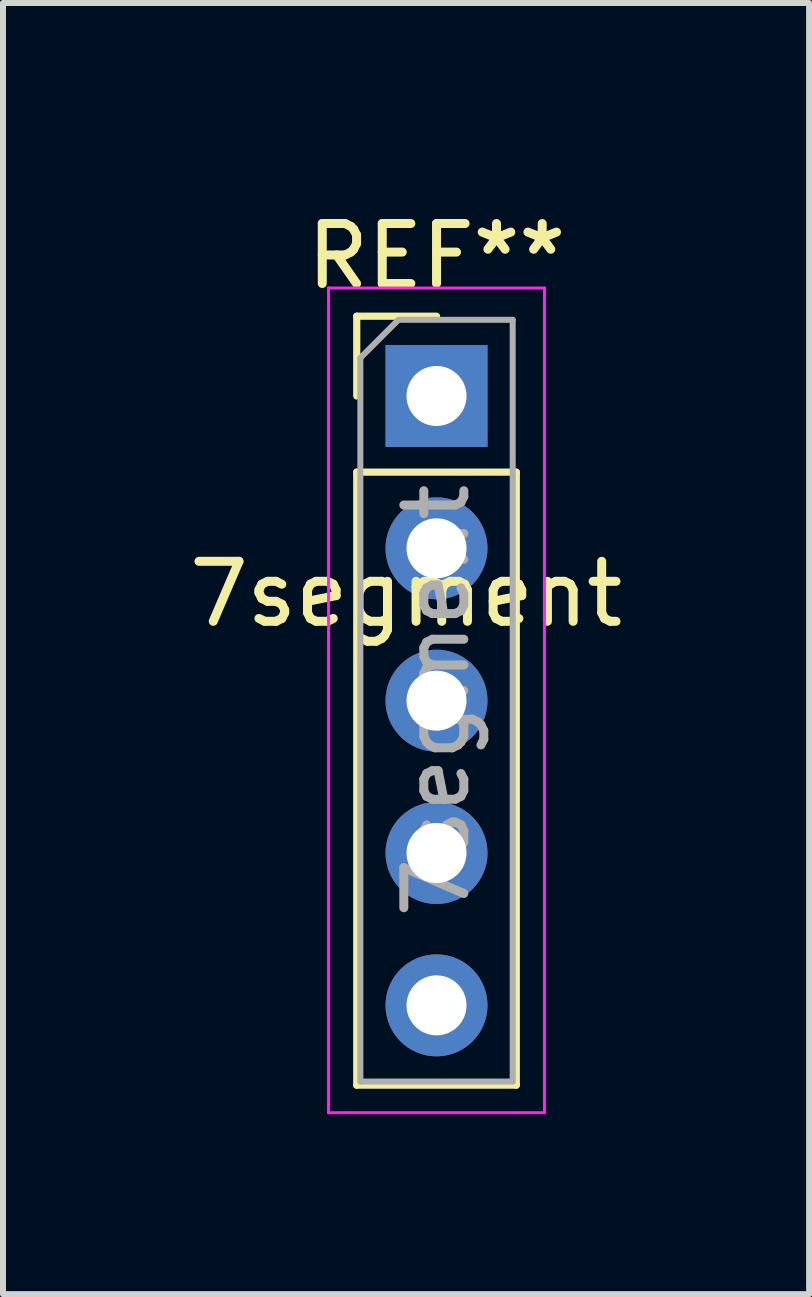
<source format=kicad_pcb>
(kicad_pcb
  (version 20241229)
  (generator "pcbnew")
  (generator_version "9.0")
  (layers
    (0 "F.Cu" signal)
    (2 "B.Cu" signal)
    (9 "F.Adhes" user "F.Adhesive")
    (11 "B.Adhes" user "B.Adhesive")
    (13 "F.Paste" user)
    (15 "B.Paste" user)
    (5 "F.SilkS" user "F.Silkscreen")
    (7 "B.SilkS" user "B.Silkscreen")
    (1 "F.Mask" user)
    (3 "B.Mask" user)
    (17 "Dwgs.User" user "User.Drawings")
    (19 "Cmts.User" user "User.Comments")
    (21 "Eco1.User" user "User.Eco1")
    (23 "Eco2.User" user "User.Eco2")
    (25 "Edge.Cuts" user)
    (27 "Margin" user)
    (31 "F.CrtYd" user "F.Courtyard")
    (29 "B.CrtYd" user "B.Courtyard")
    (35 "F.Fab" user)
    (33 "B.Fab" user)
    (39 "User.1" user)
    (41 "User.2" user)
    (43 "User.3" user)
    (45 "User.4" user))
  (footprint "7segment"
    (layer "F.Cu")
    (at 3.72 0.25)
    (property "Reference" "7segment" (at 0 6.604 0) (layer "F.SilkS") (effects (font (size 1 1) (thickness 0.15))))
    (attr through_hole)
    (fp_line (start -0.822 1.972) (end 0.508 1.972) (stroke (width 0.12) (type solid)) (layer "F.SilkS"))
    (fp_line (start -0.822 3.302) (end -0.822 1.972) (stroke (width 0.12) (type solid)) (layer "F.SilkS"))
    (fp_line (start -0.822 4.572) (end -0.822 14.792) (stroke (width 0.12) (type solid)) (layer "F.SilkS"))
    (fp_line (start -0.822 4.572) (end 1.838 4.572) (stroke (width 0.12) (type solid)) (layer "F.SilkS"))
    (fp_line (start -0.822 14.792) (end 1.838 14.792) (stroke (width 0.12) (type solid)) (layer "F.SilkS"))
    (fp_line (start 1.838 4.572) (end 1.838 14.792) (stroke (width 0.12) (type solid)) (layer "F.SilkS"))
    (fp_line (start -1.292 1.502) (end -1.292 15.252) (stroke (width 0.05) (type solid)) (layer "F.CrtYd"))
    (fp_line (start -1.292 15.252) (end 2.308 15.252) (stroke (width 0.05) (type solid)) (layer "F.CrtYd"))
    (fp_line (start 2.308 1.502) (end -1.292 1.502) (stroke (width 0.05) (type solid)) (layer "F.CrtYd"))
    (fp_line (start 2.308 15.252) (end 2.308 1.502) (stroke (width 0.05) (type solid)) (layer "F.CrtYd"))
    (fp_line (start -0.762 2.667) (end -0.127 2.032) (stroke (width 0.1) (type solid)) (layer "F.Fab"))
    (fp_line (start -0.762 14.732) (end -0.762 2.667) (stroke (width 0.1) (type solid)) (layer "F.Fab"))
    (fp_line (start -0.127 2.032) (end 1.778 2.032) (stroke (width 0.1) (type solid)) (layer "F.Fab"))
    (fp_line (start 1.778 2.032) (end 1.778 14.732) (stroke (width 0.1) (type solid)) (layer "F.Fab"))
    (fp_line (start 1.778 14.732) (end -0.762 14.732) (stroke (width 0.1) (type solid)) (layer "F.Fab"))
    (fp_text user "REF**" (at 0.508 0.972 0) (layer "F.SilkS") (effects (font (size 1 1) (thickness 0.15))))
    (fp_text user "${REFERENCE}" (at 0.508 8.382 90) (layer "F.Fab") (effects (font (size 1 1) (thickness 0.15))))
    (pad "1" thru_hole rect (at 0.508 3.302) (size 1.7 1.7) (drill 1) (layers "*.Cu" "*.Mask"))
    (pad "2" thru_hole oval (at 0.508 5.842) (size 1.7 1.7) (drill 1) (layers "*.Cu" "*.Mask"))
    (pad "3" thru_hole oval (at 0.508 8.382) (size 1.7 1.7) (drill 1) (layers "*.Cu" "*.Mask"))
    (pad "4" thru_hole oval (at 0.508 10.922) (size 1.7 1.7) (drill 1) (layers "*.Cu" "*.Mask"))
    (pad "5" thru_hole oval (at 0.508 13.462) (size 1.7 1.7) (drill 1) (layers "*.Cu" "*.Mask")))
  (gr_rect
    (start -3 -3)
    (end 10.44 18.527)
    (stroke (width 0.1) (type default))
    (fill no)
    (layer "Edge.Cuts")))
</source>
